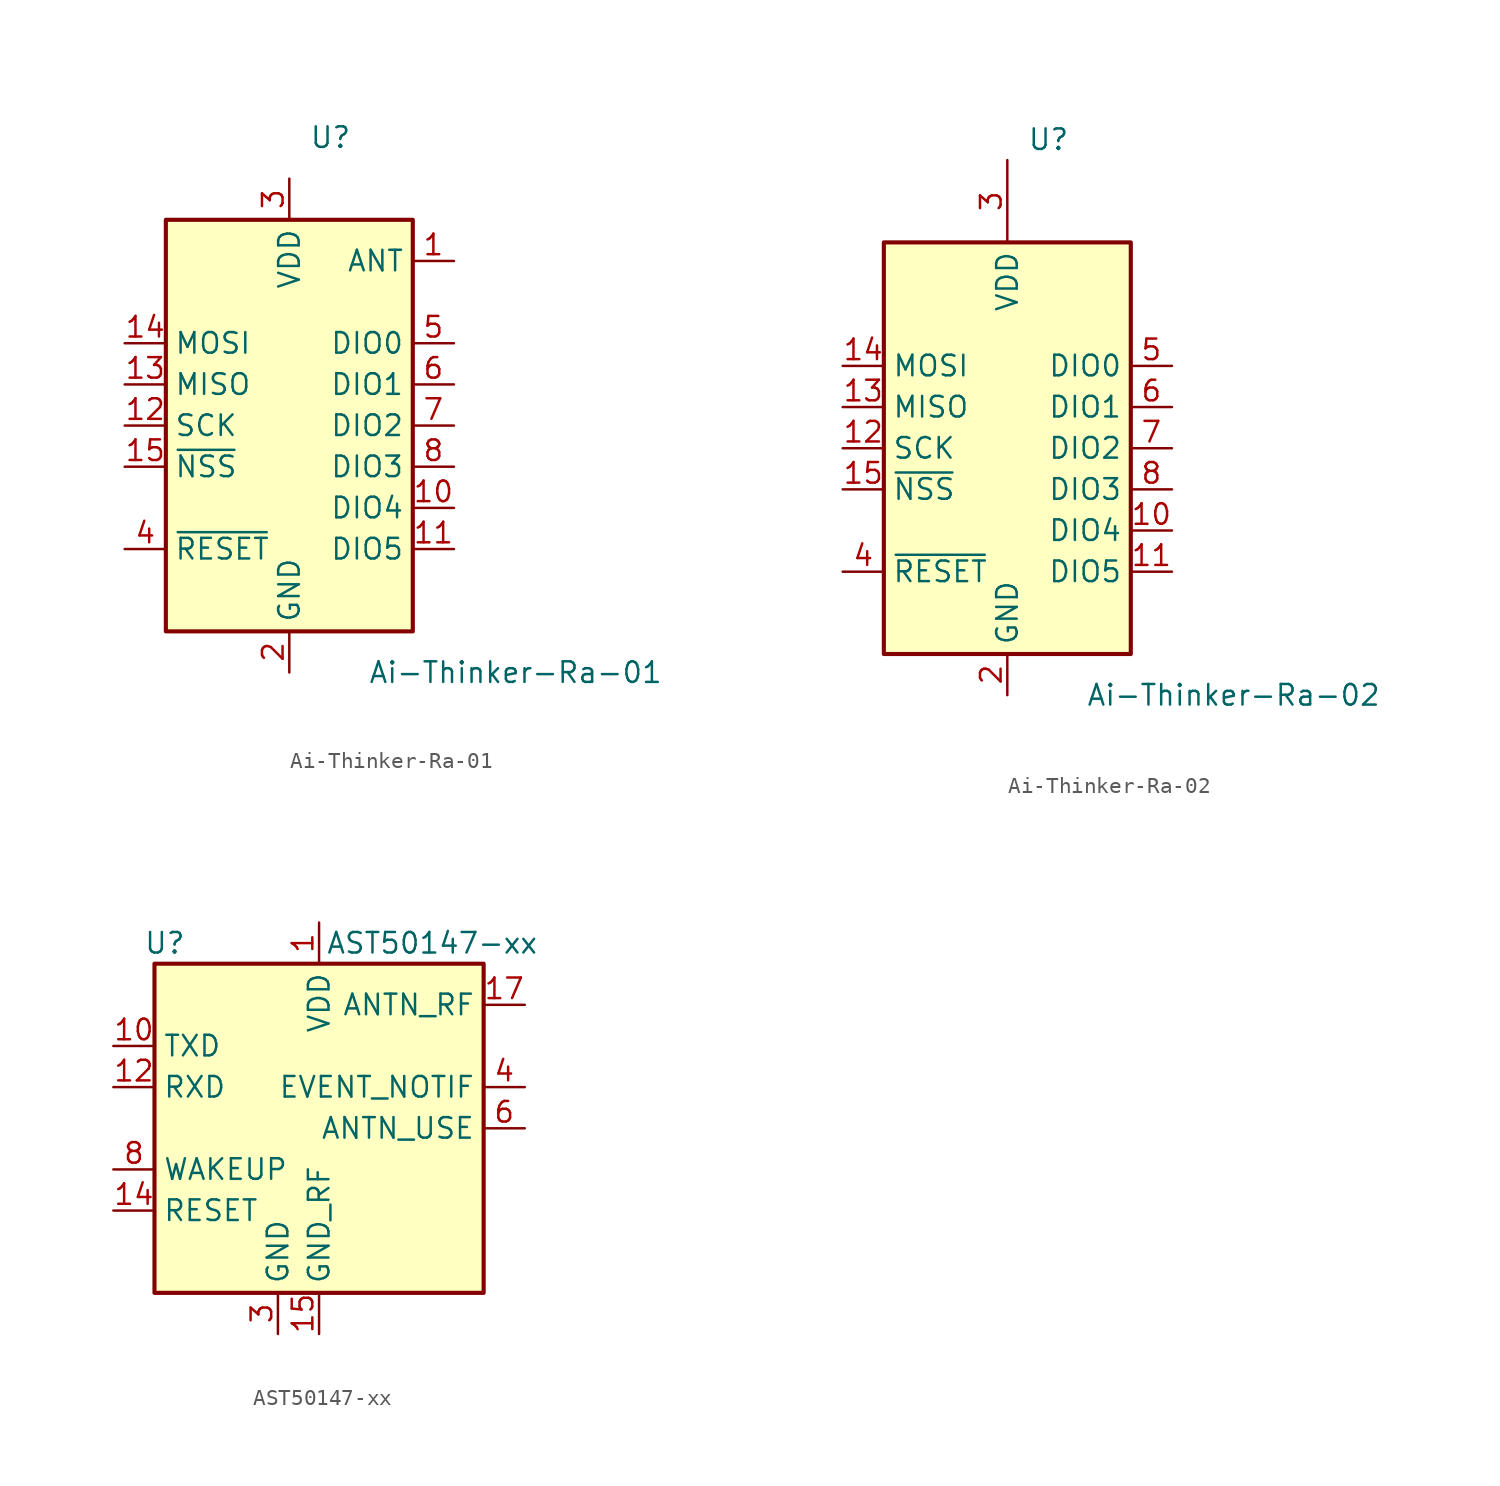
<source format=kicad_sym>
(kicad_symbol_lib
  (version 20241209)
  (generator "kicad_symbol_editor")
  (generator_version "9.0")
  (symbol "Ai-Thinker-Ra-01"
    (property "Reference" "U"
      (at 2.54 17.78 0)
      (effects (font (size 1.27 1.27))))
    (property "Value" "Ai-Thinker-Ra-01"
      (at 13.97 -15.24 0)
      (effects (font (size 1.27 1.27))))
    (symbol "Ai-Thinker-Ra-01_0_1"
      (rectangle (start -7.62 12.7) (end 7.62 -12.7) (stroke (width 0.254) (type default)) (fill (type background))))
    (symbol "Ai-Thinker-Ra-01_1_1"
      (pin input line (at -10.16 5.08 0) (length 2.54) (name "MOSI" (effects (font (size 1.27 1.27)))) (number "14" (effects (font (size 1.27 1.27)))))
      (pin output line (at -10.16 2.54 0) (length 2.54) (name "MISO" (effects (font (size 1.27 1.27)))) (number "13" (effects (font (size 1.27 1.27)))))
      (pin input line (at -10.16 0 0) (length 2.54) (name "SCK" (effects (font (size 1.27 1.27)))) (number "12" (effects (font (size 1.27 1.27)))))
      (pin input line (at -10.16 -2.54 0) (length 2.54) (name "~{NSS}" (effects (font (size 1.27 1.27)))) (number "15" (effects (font (size 1.27 1.27)))))
      (pin input line (at -10.16 -7.62 0) (length 2.54) (name "~{RESET}" (effects (font (size 1.27 1.27)))) (number "4" (effects (font (size 1.27 1.27)))))
      (pin power_in line (at 0 15.24 270) (length 2.54) (name "VDD" (effects (font (size 1.27 1.27)))) (number "3" (effects (font (size 1.27 1.27)))))
      (pin passive line (at 0 -15.24 90) (length 2.54) (hide yes) (name "GND" (effects (font (size 1.27 1.27)))) (number "16" (effects (font (size 1.27 1.27)))))
      (pin power_in line (at 0 -15.24 90) (length 2.54) (name "GND" (effects (font (size 1.27 1.27)))) (number "2" (effects (font (size 1.27 1.27)))))
      (pin passive line (at 0 -15.24 90) (length 2.54) (hide yes) (name "GND" (effects (font (size 1.27 1.27)))) (number "9" (effects (font (size 1.27 1.27)))))
      (pin passive line (at 10.16 10.16 180) (length 2.54) (name "ANT" (effects (font (size 1.27 1.27)))) (number "1" (effects (font (size 1.27 1.27)))))
      (pin bidirectional line (at 10.16 5.08 180) (length 2.54) (name "DIO0" (effects (font (size 1.27 1.27)))) (number "5" (effects (font (size 1.27 1.27)))))
      (pin bidirectional line (at 10.16 2.54 180) (length 2.54) (name "DIO1" (effects (font (size 1.27 1.27)))) (number "6" (effects (font (size 1.27 1.27)))))
      (pin bidirectional line (at 10.16 0 180) (length 2.54) (name "DIO2" (effects (font (size 1.27 1.27)))) (number "7" (effects (font (size 1.27 1.27)))))
      (pin bidirectional line (at 10.16 -2.54 180) (length 2.54) (name "DIO3" (effects (font (size 1.27 1.27)))) (number "8" (effects (font (size 1.27 1.27)))))
      (pin bidirectional line (at 10.16 -5.08 180) (length 2.54) (name "DIO4" (effects (font (size 1.27 1.27)))) (number "10" (effects (font (size 1.27 1.27)))))
      (pin bidirectional line (at 10.16 -7.62 180) (length 2.54) (name "DIO5" (effects (font (size 1.27 1.27)))) (number "11" (effects (font (size 1.27 1.27)))))))
  (symbol "Ai-Thinker-Ra-02"
    (property "Reference" "U"
      (at 2.54 19.05 0)
      (effects (font (size 1.27 1.27))))
    (property "Value" "Ai-Thinker-Ra-02"
      (at 13.97 -15.24 0)
      (effects (font (size 1.27 1.27))))
    (symbol "Ai-Thinker-Ra-02_0_1"
      (rectangle (start -7.62 12.7) (end 7.62 -12.7) (stroke (width 0.254) (type default)) (fill (type background))))
    (symbol "Ai-Thinker-Ra-02_1_1"
      (pin input line (at -10.16 5.08 0) (length 2.54) (name "MOSI" (effects (font (size 1.27 1.27)))) (number "14" (effects (font (size 1.27 1.27)))))
      (pin output line (at -10.16 2.54 0) (length 2.54) (name "MISO" (effects (font (size 1.27 1.27)))) (number "13" (effects (font (size 1.27 1.27)))))
      (pin input line (at -10.16 0 0) (length 2.54) (name "SCK" (effects (font (size 1.27 1.27)))) (number "12" (effects (font (size 1.27 1.27)))))
      (pin input line (at -10.16 -2.54 0) (length 2.54) (name "~{NSS}" (effects (font (size 1.27 1.27)))) (number "15" (effects (font (size 1.27 1.27)))))
      (pin input line (at -10.16 -7.62 0) (length 2.54) (name "~{RESET}" (effects (font (size 1.27 1.27)))) (number "4" (effects (font (size 1.27 1.27)))))
      (pin power_in line (at 0 17.78 270) (length 5.08) (name "VDD" (effects (font (size 1.27 1.27)))) (number "3" (effects (font (size 1.27 1.27)))))
      (pin passive line (at 0 -15.24 90) (length 2.54) (hide yes) (name "GND" (effects (font (size 1.27 1.27)))) (number "1" (effects (font (size 1.27 1.27)))))
      (pin passive line (at 0 -15.24 90) (length 2.54) (hide yes) (name "GND" (effects (font (size 1.27 1.27)))) (number "16" (effects (font (size 1.27 1.27)))))
      (pin power_in line (at 0 -15.24 90) (length 2.54) (name "GND" (effects (font (size 1.27 1.27)))) (number "2" (effects (font (size 1.27 1.27)))))
      (pin passive line (at 0 -15.24 90) (length 2.54) (hide yes) (name "GND" (effects (font (size 1.27 1.27)))) (number "9" (effects (font (size 1.27 1.27)))))
      (pin bidirectional line (at 10.16 5.08 180) (length 2.54) (name "DIO0" (effects (font (size 1.27 1.27)))) (number "5" (effects (font (size 1.27 1.27)))))
      (pin bidirectional line (at 10.16 2.54 180) (length 2.54) (name "DIO1" (effects (font (size 1.27 1.27)))) (number "6" (effects (font (size 1.27 1.27)))))
      (pin bidirectional line (at 10.16 0 180) (length 2.54) (name "DIO2" (effects (font (size 1.27 1.27)))) (number "7" (effects (font (size 1.27 1.27)))))
      (pin bidirectional line (at 10.16 -2.54 180) (length 2.54) (name "DIO3" (effects (font (size 1.27 1.27)))) (number "8" (effects (font (size 1.27 1.27)))))
      (pin bidirectional line (at 10.16 -5.08 180) (length 2.54) (name "DIO4" (effects (font (size 1.27 1.27)))) (number "10" (effects (font (size 1.27 1.27)))))
      (pin bidirectional line (at 10.16 -7.62 180) (length 2.54) (name "DIO5" (effects (font (size 1.27 1.27)))) (number "11" (effects (font (size 1.27 1.27)))))))
  (symbol "AST50147-xx"
    (property "Reference" "U"
      (at -9.525 11.43 0)
      (effects (font (size 1.27 1.27))))
    (property "Value" "AST50147-xx"
      (at 6.985 11.43 0)
      (effects (font (size 1.27 1.27))))
    (symbol "AST50147-xx_0_1"
      (rectangle (start -10.16 10.16) (end 10.16 -10.16) (stroke (width 0.254) (type default)) (fill (type background))))
    (symbol "AST50147-xx_1_1"
      (pin output line (at -12.7 5.08 0) (length 2.54) (name "TXD" (effects (font (size 1.27 1.27)))) (number "10" (effects (font (size 1.27 1.27)))))
      (pin input line (at -12.7 2.54 0) (length 2.54) (name "RXD" (effects (font (size 1.27 1.27)))) (number "12" (effects (font (size 1.27 1.27)))))
      (pin input line (at -12.7 -2.54 0) (length 2.54) (name "WAKEUP" (effects (font (size 1.27 1.27)))) (number "8" (effects (font (size 1.27 1.27)))))
      (pin input line (at -12.7 -5.08 0) (length 2.54) (name "RESET" (effects (font (size 1.27 1.27)))) (number "14" (effects (font (size 1.27 1.27)))))
      (pin no_connect line (at -10.16 0 0) (length 2.54) (hide yes) (name "N.C." (effects (font (size 1.27 1.27)))) (number "24" (effects (font (size 1.27 1.27)))))
      (pin no_connect line (at -10.16 -7.62 0) (length 2.54) (hide yes) (name "N.C." (effects (font (size 1.27 1.27)))) (number "34" (effects (font (size 1.27 1.27)))))
      (pin no_connect line (at -7.62 10.16 270) (length 2.54) (hide yes) (name "RSVD" (effects (font (size 1.27 1.27)))) (number "20" (effects (font (size 1.27 1.27)))))
      (pin no_connect line (at -5.08 10.16 270) (length 2.54) (hide yes) (name "RSVD" (effects (font (size 1.27 1.27)))) (number "21" (effects (font (size 1.27 1.27)))))
      (pin no_connect line (at -2.54 10.16 270) (length 2.54) (hide yes) (name "RSVD" (effects (font (size 1.27 1.27)))) (number "22" (effects (font (size 1.27 1.27)))))
      (pin passive line (at -2.54 -12.7 90) (length 2.54) (hide yes) (name "GND" (effects (font (size 1.27 1.27)))) (number "11" (effects (font (size 1.27 1.27)))))
      (pin passive line (at -2.54 -12.7 90) (length 2.54) (hide yes) (name "GND" (effects (font (size 1.27 1.27)))) (number "13" (effects (font (size 1.27 1.27)))))
      (pin passive line (at -2.54 -12.7 90) (length 2.54) (hide yes) (name "GND" (effects (font (size 1.27 1.27)))) (number "23" (effects (font (size 1.27 1.27)))))
      (pin passive line (at -2.54 -12.7 90) (length 2.54) (hide yes) (name "GND" (effects (font (size 1.27 1.27)))) (number "25" (effects (font (size 1.27 1.27)))))
      (pin passive line (at -2.54 -12.7 90) (length 2.54) (hide yes) (name "GND" (effects (font (size 1.27 1.27)))) (number "27" (effects (font (size 1.27 1.27)))))
      (pin passive line (at -2.54 -12.7 90) (length 2.54) (hide yes) (name "GND" (effects (font (size 1.27 1.27)))) (number "29" (effects (font (size 1.27 1.27)))))
      (pin power_in line (at -2.54 -12.7 90) (length 2.54) (name "GND" (effects (font (size 1.27 1.27)))) (number "3" (effects (font (size 1.27 1.27)))))
      (pin passive line (at -2.54 -12.7 90) (length 2.54) (hide yes) (name "GND" (effects (font (size 1.27 1.27)))) (number "31" (effects (font (size 1.27 1.27)))))
      (pin passive line (at -2.54 -12.7 90) (length 2.54) (hide yes) (name "GND" (effects (font (size 1.27 1.27)))) (number "33" (effects (font (size 1.27 1.27)))))
      (pin passive line (at -2.54 -12.7 90) (length 2.54) (hide yes) (name "GND" (effects (font (size 1.27 1.27)))) (number "36" (effects (font (size 1.27 1.27)))))
      (pin passive line (at -2.54 -12.7 90) (length 2.54) (hide yes) (name "GND" (effects (font (size 1.27 1.27)))) (number "5" (effects (font (size 1.27 1.27)))))
      (pin passive line (at -2.54 -12.7 90) (length 2.54) (hide yes) (name "GND" (effects (font (size 1.27 1.27)))) (number "7" (effects (font (size 1.27 1.27)))))
      (pin passive line (at -2.54 -12.7 90) (length 2.54) (hide yes) (name "GND" (effects (font (size 1.27 1.27)))) (number "9" (effects (font (size 1.27 1.27)))))
      (pin power_in line (at 0 12.7 270) (length 2.54) (name "VDD" (effects (font (size 1.27 1.27)))) (number "1" (effects (font (size 1.27 1.27)))))
      (pin passive line (at 0 12.7 270) (length 2.54) (hide yes) (name "VDD" (effects (font (size 1.27 1.27)))) (number "2" (effects (font (size 1.27 1.27)))))
      (pin power_in line (at 0 -12.7 90) (length 2.54) (name "GND_RF" (effects (font (size 1.27 1.27)))) (number "15" (effects (font (size 1.27 1.27)))))
      (pin passive line (at 0 -12.7 90) (length 2.54) (hide yes) (name "GND_RF" (effects (font (size 1.27 1.27)))) (number "16" (effects (font (size 1.27 1.27)))))
      (pin passive line (at 0 -12.7 90) (length 2.54) (hide yes) (name "GND_RF" (effects (font (size 1.27 1.27)))) (number "18" (effects (font (size 1.27 1.27)))))
      (pin passive line (at 0 -12.7 90) (length 2.54) (hide yes) (name "GND_RF" (effects (font (size 1.27 1.27)))) (number "19" (effects (font (size 1.27 1.27)))))
      (pin no_connect line (at 2.54 10.16 270) (length 2.54) (hide yes) (name "RSVD" (effects (font (size 1.27 1.27)))) (number "37" (effects (font (size 1.27 1.27)))))
      (pin no_connect line (at 2.54 -10.16 90) (length 2.54) (hide yes) (name "N.C." (effects (font (size 1.27 1.27)))) (number "26" (effects (font (size 1.27 1.27)))))
      (pin no_connect line (at 5.08 10.16 270) (length 2.54) (hide yes) (name "RSVD" (effects (font (size 1.27 1.27)))) (number "38" (effects (font (size 1.27 1.27)))))
      (pin no_connect line (at 5.08 -10.16 90) (length 2.54) (hide yes) (name "N.C." (effects (font (size 1.27 1.27)))) (number "28" (effects (font (size 1.27 1.27)))))
      (pin no_connect line (at 7.62 10.16 270) (length 2.54) (hide yes) (name "N.C." (effects (font (size 1.27 1.27)))) (number "32" (effects (font (size 1.27 1.27)))))
      (pin no_connect line (at 7.62 -10.16 90) (length 2.54) (hide yes) (name "N.C." (effects (font (size 1.27 1.27)))) (number "30" (effects (font (size 1.27 1.27)))))
      (pin no_connect line (at 10.16 -2.54 180) (length 2.54) (hide yes) (name "N.C." (effects (font (size 1.27 1.27)))) (number "35" (effects (font (size 1.27 1.27)))))
      (pin passive line (at 12.7 7.62 180) (length 2.54) (name "ANTN_RF" (effects (font (size 1.27 1.27)))) (number "17" (effects (font (size 1.27 1.27)))))
      (pin output line (at 12.7 2.54 180) (length 2.54) (name "EVENT_NOTIF" (effects (font (size 1.27 1.27)))) (number "4" (effects (font (size 1.27 1.27)))))
      (pin output line (at 12.7 0 180) (length 2.54) (name "ANTN_USE" (effects (font (size 1.27 1.27)))) (number "6" (effects (font (size 1.27 1.27))))))))
</source>
